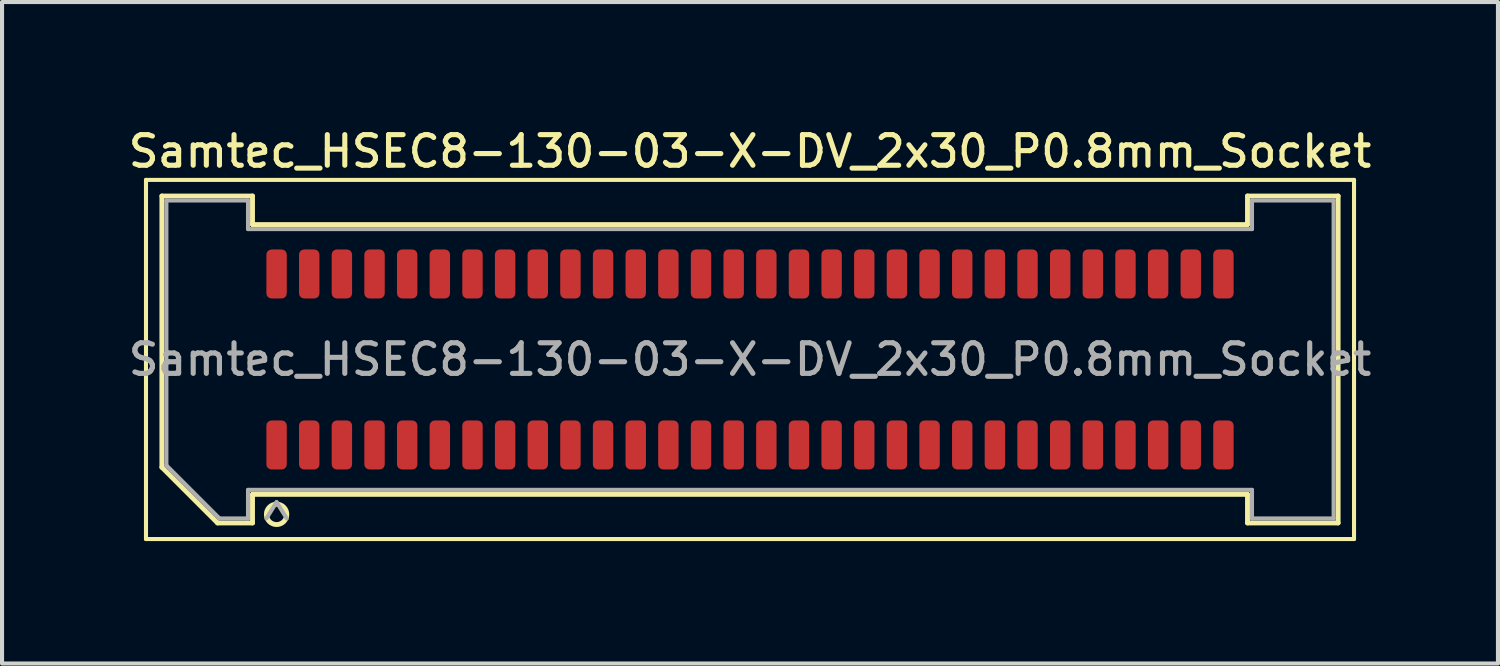
<source format=kicad_pcb>
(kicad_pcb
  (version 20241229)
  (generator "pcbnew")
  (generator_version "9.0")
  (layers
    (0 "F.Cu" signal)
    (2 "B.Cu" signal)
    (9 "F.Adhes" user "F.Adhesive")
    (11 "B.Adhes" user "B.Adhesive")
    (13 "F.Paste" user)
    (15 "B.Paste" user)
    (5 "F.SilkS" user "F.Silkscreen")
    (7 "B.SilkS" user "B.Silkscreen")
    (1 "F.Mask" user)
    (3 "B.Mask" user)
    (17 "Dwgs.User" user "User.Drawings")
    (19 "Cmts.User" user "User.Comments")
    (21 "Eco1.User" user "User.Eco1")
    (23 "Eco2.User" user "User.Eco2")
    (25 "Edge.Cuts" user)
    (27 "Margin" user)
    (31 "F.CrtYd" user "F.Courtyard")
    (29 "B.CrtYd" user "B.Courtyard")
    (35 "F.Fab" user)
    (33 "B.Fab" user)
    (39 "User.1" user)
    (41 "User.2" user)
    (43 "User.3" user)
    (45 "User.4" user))
  (footprint "Samtec_HSEC8-130-03-X-DV_2x30_P0.8mm_Socket"
    (layer "F.Cu")
    (at 15.327 5.758)
    (property "Reference" "Samtec_HSEC8-130-03-X-DV_2x30_P0.8mm_Socket" (at 0 -5.1 0) (layer "F.SilkS") (effects (font (size 0.75 0.75) (thickness 0.125))))
    (attr smd)
    (fp_line (start -14.8 -4.4) (end -14.8 4.4) (stroke (width 0.1) (type solid)) (layer "F.SilkS"))
    (fp_line (start -14.8 4.4) (end 14.8 4.4) (stroke (width 0.1) (type solid)) (layer "F.SilkS"))
    (fp_line (start -14.41 -4.005) (end -12.19 -4.005) (stroke (width 0.12) (type solid)) (layer "F.SilkS"))
    (fp_line (start -14.41 2.641) (end -14.41 -4.005) (stroke (width 0.12) (type solid)) (layer "F.SilkS"))
    (fp_line (start -13.046 4.005) (end -14.41 2.641) (stroke (width 0.12) (type solid)) (layer "F.SilkS"))
    (fp_line (start -12.19 -4.005) (end -12.19 -3.305) (stroke (width 0.12) (type solid)) (layer "F.SilkS"))
    (fp_line (start -12.19 -3.305) (end 12.19 -3.305) (stroke (width 0.12) (type solid)) (layer "F.SilkS"))
    (fp_line (start -12.19 3.305) (end -12.19 4.005) (stroke (width 0.12) (type solid)) (layer "F.SilkS"))
    (fp_line (start -12.19 4.005) (end -13.046 4.005) (stroke (width 0.12) (type solid)) (layer "F.SilkS"))
    (fp_line (start 12.19 -4.005) (end 14.41 -4.005) (stroke (width 0.12) (type solid)) (layer "F.SilkS"))
    (fp_line (start 12.19 -3.305) (end 12.19 -4.005) (stroke (width 0.12) (type solid)) (layer "F.SilkS"))
    (fp_line (start 12.19 3.305) (end -12.19 3.305) (stroke (width 0.12) (type solid)) (layer "F.SilkS"))
    (fp_line (start 12.19 4.005) (end 12.19 3.305) (stroke (width 0.12) (type solid)) (layer "F.SilkS"))
    (fp_line (start 14.41 -4.005) (end 14.41 4.005) (stroke (width 0.12) (type solid)) (layer "F.SilkS"))
    (fp_line (start 14.41 4.005) (end 12.19 4.005) (stroke (width 0.12) (type solid)) (layer "F.SilkS"))
    (fp_line (start 14.8 -4.4) (end -14.8 -4.4) (stroke (width 0.1) (type solid)) (layer "F.SilkS"))
    (fp_line (start 14.8 4.4) (end 14.8 -4.4) (stroke (width 0.1) (type solid)) (layer "F.SilkS"))
    (fp_arc (start -11.35 3.795) (mid -11.85 3.795) (end -11.35 3.795) (stroke (width 0.12) (type solid)) (layer "F.SilkS"))
    (fp_line (start -14.3 -3.895) (end -12.3 -3.895) (stroke (width 0.1) (type solid)) (layer "F.Fab"))
    (fp_line (start -14.3 2.595) (end -14.3 -3.895) (stroke (width 0.1) (type solid)) (layer "F.Fab"))
    (fp_line (start -13 3.895) (end -14.3 2.595) (stroke (width 0.1) (type solid)) (layer "F.Fab"))
    (fp_line (start -12.3 -3.895) (end -12.3 -3.195) (stroke (width 0.1) (type solid)) (layer "F.Fab"))
    (fp_line (start -12.3 -3.195) (end 12.3 -3.195) (stroke (width 0.1) (type solid)) (layer "F.Fab"))
    (fp_line (start -12.3 3.195) (end -12.3 3.895) (stroke (width 0.1) (type solid)) (layer "F.Fab"))
    (fp_line (start -12.3 3.895) (end -13 3.895) (stroke (width 0.1) (type solid)) (layer "F.Fab"))
    (fp_line (start -11.6 3.495) (end -11.85 3.895) (stroke (width 0.1) (type solid)) (layer "F.Fab"))
    (fp_line (start -11.6 3.495) (end -11.35 3.895) (stroke (width 0.1) (type solid)) (layer "F.Fab"))
    (fp_line (start 12.3 -3.895) (end 14.3 -3.895) (stroke (width 0.1) (type solid)) (layer "F.Fab"))
    (fp_line (start 12.3 -3.195) (end 12.3 -3.895) (stroke (width 0.1) (type solid)) (layer "F.Fab"))
    (fp_line (start 12.3 3.195) (end -12.3 3.195) (stroke (width 0.1) (type solid)) (layer "F.Fab"))
    (fp_line (start 12.3 3.895) (end 12.3 3.195) (stroke (width 0.1) (type solid)) (layer "F.Fab"))
    (fp_line (start 14.3 -3.895) (end 14.3 3.895) (stroke (width 0.1) (type solid)) (layer "F.Fab"))
    (fp_line (start 14.3 3.895) (end 12.3 3.895) (stroke (width 0.1) (type solid)) (layer "F.Fab"))
    (fp_text user "${REFERENCE}" (at 0 0 0) (layer "F.Fab") (effects (font (size 0.75 0.75) (thickness 0.125))))
    (pad "1" smd roundrect (at -11.6 2.095) (size 0.5 1.2) (layers "F.Cu" "F.Mask" "F.Paste") (roundrect_rratio 0.25))
    (pad "2" smd roundrect (at -11.6 -2.095) (size 0.5 1.2) (layers "F.Cu" "F.Mask" "F.Paste") (roundrect_rratio 0.25))
    (pad "3" smd roundrect (at -10.8 2.095) (size 0.5 1.2) (layers "F.Cu" "F.Mask" "F.Paste") (roundrect_rratio 0.25))
    (pad "4" smd roundrect (at -10.8 -2.095) (size 0.5 1.2) (layers "F.Cu" "F.Mask" "F.Paste") (roundrect_rratio 0.25))
    (pad "5" smd roundrect (at -10 2.095) (size 0.5 1.2) (layers "F.Cu" "F.Mask" "F.Paste") (roundrect_rratio 0.25))
    (pad "6" smd roundrect (at -10 -2.095) (size 0.5 1.2) (layers "F.Cu" "F.Mask" "F.Paste") (roundrect_rratio 0.25))
    (pad "7" smd roundrect (at -9.2 2.095) (size 0.5 1.2) (layers "F.Cu" "F.Mask" "F.Paste") (roundrect_rratio 0.25))
    (pad "8" smd roundrect (at -9.2 -2.095) (size 0.5 1.2) (layers "F.Cu" "F.Mask" "F.Paste") (roundrect_rratio 0.25))
    (pad "9" smd roundrect (at -8.4 2.095) (size 0.5 1.2) (layers "F.Cu" "F.Mask" "F.Paste") (roundrect_rratio 0.25))
    (pad "10" smd roundrect (at -8.4 -2.095) (size 0.5 1.2) (layers "F.Cu" "F.Mask" "F.Paste") (roundrect_rratio 0.25))
    (pad "11" smd roundrect (at -7.6 2.095) (size 0.5 1.2) (layers "F.Cu" "F.Mask" "F.Paste") (roundrect_rratio 0.25))
    (pad "12" smd roundrect (at -7.6 -2.095) (size 0.5 1.2) (layers "F.Cu" "F.Mask" "F.Paste") (roundrect_rratio 0.25))
    (pad "13" smd roundrect (at -6.8 2.095) (size 0.5 1.2) (layers "F.Cu" "F.Mask" "F.Paste") (roundrect_rratio 0.25))
    (pad "14" smd roundrect (at -6.8 -2.095) (size 0.5 1.2) (layers "F.Cu" "F.Mask" "F.Paste") (roundrect_rratio 0.25))
    (pad "15" smd roundrect (at -6 2.095) (size 0.5 1.2) (layers "F.Cu" "F.Mask" "F.Paste") (roundrect_rratio 0.25))
    (pad "16" smd roundrect (at -6 -2.095) (size 0.5 1.2) (layers "F.Cu" "F.Mask" "F.Paste") (roundrect_rratio 0.25))
    (pad "17" smd roundrect (at -5.2 2.095) (size 0.5 1.2) (layers "F.Cu" "F.Mask" "F.Paste") (roundrect_rratio 0.25))
    (pad "18" smd roundrect (at -5.2 -2.095) (size 0.5 1.2) (layers "F.Cu" "F.Mask" "F.Paste") (roundrect_rratio 0.25))
    (pad "19" smd roundrect (at -4.4 2.095) (size 0.5 1.2) (layers "F.Cu" "F.Mask" "F.Paste") (roundrect_rratio 0.25))
    (pad "20" smd roundrect (at -4.4 -2.095) (size 0.5 1.2) (layers "F.Cu" "F.Mask" "F.Paste") (roundrect_rratio 0.25))
    (pad "21" smd roundrect (at -3.6 2.095) (size 0.5 1.2) (layers "F.Cu" "F.Mask" "F.Paste") (roundrect_rratio 0.25))
    (pad "22" smd roundrect (at -3.6 -2.095) (size 0.5 1.2) (layers "F.Cu" "F.Mask" "F.Paste") (roundrect_rratio 0.25))
    (pad "23" smd roundrect (at -2.8 2.095) (size 0.5 1.2) (layers "F.Cu" "F.Mask" "F.Paste") (roundrect_rratio 0.25))
    (pad "24" smd roundrect (at -2.8 -2.095) (size 0.5 1.2) (layers "F.Cu" "F.Mask" "F.Paste") (roundrect_rratio 0.25))
    (pad "25" smd roundrect (at -2 2.095) (size 0.5 1.2) (layers "F.Cu" "F.Mask" "F.Paste") (roundrect_rratio 0.25))
    (pad "26" smd roundrect (at -2 -2.095) (size 0.5 1.2) (layers "F.Cu" "F.Mask" "F.Paste") (roundrect_rratio 0.25))
    (pad "27" smd roundrect (at -1.2 2.095) (size 0.5 1.2) (layers "F.Cu" "F.Mask" "F.Paste") (roundrect_rratio 0.25))
    (pad "28" smd roundrect (at -1.2 -2.095) (size 0.5 1.2) (layers "F.Cu" "F.Mask" "F.Paste") (roundrect_rratio 0.25))
    (pad "29" smd roundrect (at -0.4 2.095) (size 0.5 1.2) (layers "F.Cu" "F.Mask" "F.Paste") (roundrect_rratio 0.25))
    (pad "30" smd roundrect (at -0.4 -2.095) (size 0.5 1.2) (layers "F.Cu" "F.Mask" "F.Paste") (roundrect_rratio 0.25))
    (pad "31" smd roundrect (at 0.4 2.095) (size 0.5 1.2) (layers "F.Cu" "F.Mask" "F.Paste") (roundrect_rratio 0.25))
    (pad "32" smd roundrect (at 0.4 -2.095) (size 0.5 1.2) (layers "F.Cu" "F.Mask" "F.Paste") (roundrect_rratio 0.25))
    (pad "33" smd roundrect (at 1.2 2.095) (size 0.5 1.2) (layers "F.Cu" "F.Mask" "F.Paste") (roundrect_rratio 0.25))
    (pad "34" smd roundrect (at 1.2 -2.095) (size 0.5 1.2) (layers "F.Cu" "F.Mask" "F.Paste") (roundrect_rratio 0.25))
    (pad "35" smd roundrect (at 2 2.095) (size 0.5 1.2) (layers "F.Cu" "F.Mask" "F.Paste") (roundrect_rratio 0.25))
    (pad "36" smd roundrect (at 2 -2.095) (size 0.5 1.2) (layers "F.Cu" "F.Mask" "F.Paste") (roundrect_rratio 0.25))
    (pad "37" smd roundrect (at 2.8 2.095) (size 0.5 1.2) (layers "F.Cu" "F.Mask" "F.Paste") (roundrect_rratio 0.25))
    (pad "38" smd roundrect (at 2.8 -2.095) (size 0.5 1.2) (layers "F.Cu" "F.Mask" "F.Paste") (roundrect_rratio 0.25))
    (pad "39" smd roundrect (at 3.6 2.095) (size 0.5 1.2) (layers "F.Cu" "F.Mask" "F.Paste") (roundrect_rratio 0.25))
    (pad "40" smd roundrect (at 3.6 -2.095) (size 0.5 1.2) (layers "F.Cu" "F.Mask" "F.Paste") (roundrect_rratio 0.25))
    (pad "41" smd roundrect (at 4.4 2.095) (size 0.5 1.2) (layers "F.Cu" "F.Mask" "F.Paste") (roundrect_rratio 0.25))
    (pad "42" smd roundrect (at 4.4 -2.095) (size 0.5 1.2) (layers "F.Cu" "F.Mask" "F.Paste") (roundrect_rratio 0.25))
    (pad "43" smd roundrect (at 5.2 2.095) (size 0.5 1.2) (layers "F.Cu" "F.Mask" "F.Paste") (roundrect_rratio 0.25))
    (pad "44" smd roundrect (at 5.2 -2.095) (size 0.5 1.2) (layers "F.Cu" "F.Mask" "F.Paste") (roundrect_rratio 0.25))
    (pad "45" smd roundrect (at 6 2.095) (size 0.5 1.2) (layers "F.Cu" "F.Mask" "F.Paste") (roundrect_rratio 0.25))
    (pad "46" smd roundrect (at 6 -2.095) (size 0.5 1.2) (layers "F.Cu" "F.Mask" "F.Paste") (roundrect_rratio 0.25))
    (pad "47" smd roundrect (at 6.8 2.095) (size 0.5 1.2) (layers "F.Cu" "F.Mask" "F.Paste") (roundrect_rratio 0.25))
    (pad "48" smd roundrect (at 6.8 -2.095) (size 0.5 1.2) (layers "F.Cu" "F.Mask" "F.Paste") (roundrect_rratio 0.25))
    (pad "49" smd roundrect (at 7.6 2.095) (size 0.5 1.2) (layers "F.Cu" "F.Mask" "F.Paste") (roundrect_rratio 0.25))
    (pad "50" smd roundrect (at 7.6 -2.095) (size 0.5 1.2) (layers "F.Cu" "F.Mask" "F.Paste") (roundrect_rratio 0.25))
    (pad "51" smd roundrect (at 8.4 2.095) (size 0.5 1.2) (layers "F.Cu" "F.Mask" "F.Paste") (roundrect_rratio 0.25))
    (pad "52" smd roundrect (at 8.4 -2.095) (size 0.5 1.2) (layers "F.Cu" "F.Mask" "F.Paste") (roundrect_rratio 0.25))
    (pad "53" smd roundrect (at 9.2 2.095) (size 0.5 1.2) (layers "F.Cu" "F.Mask" "F.Paste") (roundrect_rratio 0.25))
    (pad "54" smd roundrect (at 9.2 -2.095) (size 0.5 1.2) (layers "F.Cu" "F.Mask" "F.Paste") (roundrect_rratio 0.25))
    (pad "55" smd roundrect (at 10 2.095) (size 0.5 1.2) (layers "F.Cu" "F.Mask" "F.Paste") (roundrect_rratio 0.25))
    (pad "56" smd roundrect (at 10 -2.095) (size 0.5 1.2) (layers "F.Cu" "F.Mask" "F.Paste") (roundrect_rratio 0.25))
    (pad "57" smd roundrect (at 10.8 2.095) (size 0.5 1.2) (layers "F.Cu" "F.Mask" "F.Paste") (roundrect_rratio 0.25))
    (pad "58" smd roundrect (at 10.8 -2.095) (size 0.5 1.2) (layers "F.Cu" "F.Mask" "F.Paste") (roundrect_rratio 0.25))
    (pad "59" smd roundrect (at 11.6 2.095) (size 0.5 1.2) (layers "F.Cu" "F.Mask" "F.Paste") (roundrect_rratio 0.25))
    (pad "60" smd roundrect (at 11.6 -2.095) (size 0.5 1.2) (layers "F.Cu" "F.Mask" "F.Paste") (roundrect_rratio 0.25)))
  (gr_rect
    (start -3 -3)
    (end 33.654 13.208)
    (stroke (width 0.1) (type default))
    (fill no)
    (layer "Edge.Cuts")))
</source>
